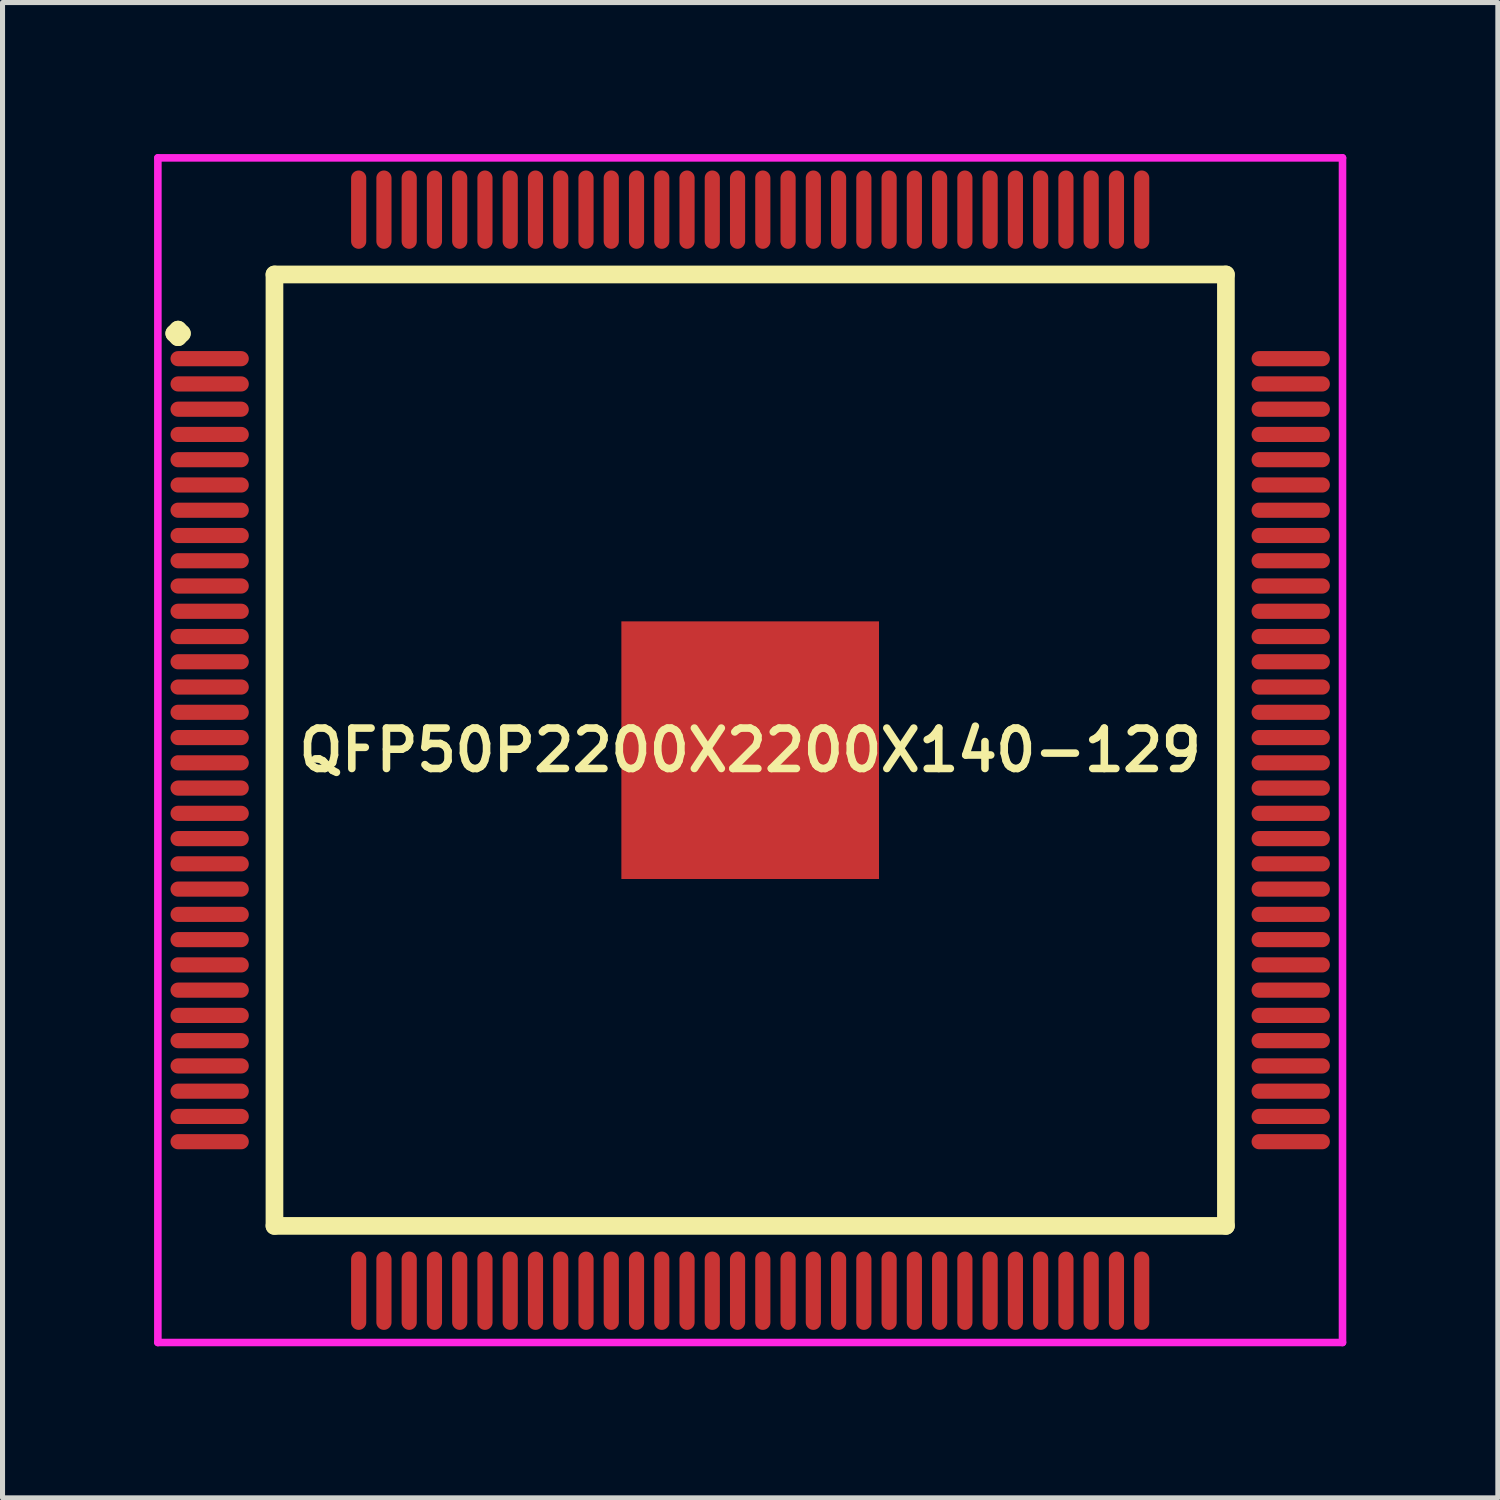
<source format=kicad_pcb>
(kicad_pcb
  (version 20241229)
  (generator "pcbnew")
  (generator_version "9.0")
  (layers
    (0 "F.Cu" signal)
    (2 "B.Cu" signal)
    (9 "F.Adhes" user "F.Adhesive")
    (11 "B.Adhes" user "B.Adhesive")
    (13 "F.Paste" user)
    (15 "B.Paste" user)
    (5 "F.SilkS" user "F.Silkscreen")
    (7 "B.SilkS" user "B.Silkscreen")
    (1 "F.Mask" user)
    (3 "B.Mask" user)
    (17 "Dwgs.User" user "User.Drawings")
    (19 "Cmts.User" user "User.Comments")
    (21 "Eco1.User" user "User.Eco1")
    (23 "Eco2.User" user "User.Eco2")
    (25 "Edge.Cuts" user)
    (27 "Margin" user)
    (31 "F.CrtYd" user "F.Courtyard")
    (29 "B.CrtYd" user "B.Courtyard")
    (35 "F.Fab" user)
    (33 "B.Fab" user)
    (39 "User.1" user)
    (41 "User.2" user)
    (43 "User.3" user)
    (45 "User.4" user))
  (footprint "QFP50P2200X2200X140-129"
    (layer "F.Cu")
    (at 11.8 11.8)
    (property "Reference" "QFP50P2200X2200X140-129" (at 0 0 0) (layer "F.SilkS") (effects (font (size 0.8 0.8) (thickness 0.15))))
    (attr smd)
    (fp_line (start -11.4 -8.25) (end -11.325 -8.325) (stroke (width 0.35) (type solid)) (layer "F.SilkS"))
    (fp_line (start -11.325 -8.325) (end -11.25 -8.25) (stroke (width 0.35) (type solid)) (layer "F.SilkS"))
    (fp_line (start -11.325 -8.175) (end -11.4 -8.25) (stroke (width 0.35) (type solid)) (layer "F.SilkS"))
    (fp_line (start -11.25 -8.25) (end -11.325 -8.175) (stroke (width 0.35) (type solid)) (layer "F.SilkS"))
    (fp_line (start -9.417 -9.417) (end -9.417 9.417) (stroke (width 0.35) (type solid)) (layer "F.SilkS"))
    (fp_line (start -9.417 9.417) (end 9.417 9.417) (stroke (width 0.35) (type solid)) (layer "F.SilkS"))
    (fp_line (start 9.417 -9.417) (end -9.417 -9.417) (stroke (width 0.35) (type solid)) (layer "F.SilkS"))
    (fp_line (start 9.417 9.417) (end 9.417 -9.417) (stroke (width 0.35) (type solid)) (layer "F.SilkS"))
    (fp_line (start -11.725 -11.725) (end 11.725 -11.725) (stroke (width 0.15) (type solid)) (layer "F.CrtYd"))
    (fp_line (start -11.725 11.725) (end -11.725 -11.725) (stroke (width 0.15) (type solid)) (layer "F.CrtYd"))
    (fp_line (start 11.725 -11.725) (end 11.725 11.725) (stroke (width 0.15) (type solid)) (layer "F.CrtYd"))
    (fp_line (start 11.725 11.725) (end -11.725 11.725) (stroke (width 0.15) (type solid)) (layer "F.CrtYd"))
    (pad "1" smd oval (at -10.7 -7.75) (size 1.55 0.3) (layers "F.Cu" "F.Mask" "F.Paste"))
    (pad "2" smd oval (at -10.7 -7.25) (size 1.55 0.3) (layers "F.Cu" "F.Mask" "F.Paste"))
    (pad "3" smd oval (at -10.7 -6.75) (size 1.55 0.3) (layers "F.Cu" "F.Mask" "F.Paste"))
    (pad "4" smd oval (at -10.7 -6.25) (size 1.55 0.3) (layers "F.Cu" "F.Mask" "F.Paste"))
    (pad "5" smd oval (at -10.7 -5.75) (size 1.55 0.3) (layers "F.Cu" "F.Mask" "F.Paste"))
    (pad "6" smd oval (at -10.7 -5.25) (size 1.55 0.3) (layers "F.Cu" "F.Mask" "F.Paste"))
    (pad "7" smd oval (at -10.7 -4.75) (size 1.55 0.3) (layers "F.Cu" "F.Mask" "F.Paste"))
    (pad "8" smd oval (at -10.7 -4.25) (size 1.55 0.3) (layers "F.Cu" "F.Mask" "F.Paste"))
    (pad "9" smd oval (at -10.7 -3.75) (size 1.55 0.3) (layers "F.Cu" "F.Mask" "F.Paste"))
    (pad "10" smd oval (at -10.7 -3.25) (size 1.55 0.3) (layers "F.Cu" "F.Mask" "F.Paste"))
    (pad "11" smd oval (at -10.7 -2.75) (size 1.55 0.3) (layers "F.Cu" "F.Mask" "F.Paste"))
    (pad "12" smd oval (at -10.7 -2.25) (size 1.55 0.3) (layers "F.Cu" "F.Mask" "F.Paste"))
    (pad "13" smd oval (at -10.7 -1.75) (size 1.55 0.3) (layers "F.Cu" "F.Mask" "F.Paste"))
    (pad "14" smd oval (at -10.7 -1.25) (size 1.55 0.3) (layers "F.Cu" "F.Mask" "F.Paste"))
    (pad "15" smd oval (at -10.7 -0.75) (size 1.55 0.3) (layers "F.Cu" "F.Mask" "F.Paste"))
    (pad "16" smd oval (at -10.7 -0.25) (size 1.55 0.3) (layers "F.Cu" "F.Mask" "F.Paste"))
    (pad "17" smd oval (at -10.7 0.25) (size 1.55 0.3) (layers "F.Cu" "F.Mask" "F.Paste"))
    (pad "18" smd oval (at -10.7 0.75) (size 1.55 0.3) (layers "F.Cu" "F.Mask" "F.Paste"))
    (pad "19" smd oval (at -10.7 1.25) (size 1.55 0.3) (layers "F.Cu" "F.Mask" "F.Paste"))
    (pad "20" smd oval (at -10.7 1.75) (size 1.55 0.3) (layers "F.Cu" "F.Mask" "F.Paste"))
    (pad "21" smd oval (at -10.7 2.25) (size 1.55 0.3) (layers "F.Cu" "F.Mask" "F.Paste"))
    (pad "22" smd oval (at -10.7 2.75) (size 1.55 0.3) (layers "F.Cu" "F.Mask" "F.Paste"))
    (pad "23" smd oval (at -10.7 3.25) (size 1.55 0.3) (layers "F.Cu" "F.Mask" "F.Paste"))
    (pad "24" smd oval (at -10.7 3.75) (size 1.55 0.3) (layers "F.Cu" "F.Mask" "F.Paste"))
    (pad "25" smd oval (at -10.7 4.25) (size 1.55 0.3) (layers "F.Cu" "F.Mask" "F.Paste"))
    (pad "26" smd oval (at -10.7 4.75) (size 1.55 0.3) (layers "F.Cu" "F.Mask" "F.Paste"))
    (pad "27" smd oval (at -10.7 5.25) (size 1.55 0.3) (layers "F.Cu" "F.Mask" "F.Paste"))
    (pad "28" smd oval (at -10.7 5.75) (size 1.55 0.3) (layers "F.Cu" "F.Mask" "F.Paste"))
    (pad "29" smd oval (at -10.7 6.25) (size 1.55 0.3) (layers "F.Cu" "F.Mask" "F.Paste"))
    (pad "30" smd oval (at -10.7 6.75) (size 1.55 0.3) (layers "F.Cu" "F.Mask" "F.Paste"))
    (pad "31" smd oval (at -10.7 7.25) (size 1.55 0.3) (layers "F.Cu" "F.Mask" "F.Paste"))
    (pad "32" smd oval (at -10.7 7.75) (size 1.55 0.3) (layers "F.Cu" "F.Mask" "F.Paste"))
    (pad "33" smd oval (at -7.75 10.7) (size 0.3 1.55) (layers "F.Cu" "F.Mask" "F.Paste"))
    (pad "34" smd oval (at -7.25 10.7) (size 0.3 1.55) (layers "F.Cu" "F.Mask" "F.Paste"))
    (pad "35" smd oval (at -6.75 10.7) (size 0.3 1.55) (layers "F.Cu" "F.Mask" "F.Paste"))
    (pad "36" smd oval (at -6.25 10.7) (size 0.3 1.55) (layers "F.Cu" "F.Mask" "F.Paste"))
    (pad "37" smd oval (at -5.75 10.7) (size 0.3 1.55) (layers "F.Cu" "F.Mask" "F.Paste"))
    (pad "38" smd oval (at -5.25 10.7) (size 0.3 1.55) (layers "F.Cu" "F.Mask" "F.Paste"))
    (pad "39" smd oval (at -4.75 10.7) (size 0.3 1.55) (layers "F.Cu" "F.Mask" "F.Paste"))
    (pad "40" smd oval (at -4.25 10.7) (size 0.3 1.55) (layers "F.Cu" "F.Mask" "F.Paste"))
    (pad "41" smd oval (at -3.75 10.7) (size 0.3 1.55) (layers "F.Cu" "F.Mask" "F.Paste"))
    (pad "42" smd oval (at -3.25 10.7) (size 0.3 1.55) (layers "F.Cu" "F.Mask" "F.Paste"))
    (pad "43" smd oval (at -2.75 10.7) (size 0.3 1.55) (layers "F.Cu" "F.Mask" "F.Paste"))
    (pad "44" smd oval (at -2.25 10.7) (size 0.3 1.55) (layers "F.Cu" "F.Mask" "F.Paste"))
    (pad "45" smd oval (at -1.75 10.7) (size 0.3 1.55) (layers "F.Cu" "F.Mask" "F.Paste"))
    (pad "46" smd oval (at -1.25 10.7) (size 0.3 1.55) (layers "F.Cu" "F.Mask" "F.Paste"))
    (pad "47" smd oval (at -0.75 10.7) (size 0.3 1.55) (layers "F.Cu" "F.Mask" "F.Paste"))
    (pad "48" smd oval (at -0.25 10.7) (size 0.3 1.55) (layers "F.Cu" "F.Mask" "F.Paste"))
    (pad "49" smd oval (at 0.25 10.7) (size 0.3 1.55) (layers "F.Cu" "F.Mask" "F.Paste"))
    (pad "50" smd oval (at 0.75 10.7) (size 0.3 1.55) (layers "F.Cu" "F.Mask" "F.Paste"))
    (pad "51" smd oval (at 1.25 10.7) (size 0.3 1.55) (layers "F.Cu" "F.Mask" "F.Paste"))
    (pad "52" smd oval (at 1.75 10.7) (size 0.3 1.55) (layers "F.Cu" "F.Mask" "F.Paste"))
    (pad "53" smd oval (at 2.25 10.7) (size 0.3 1.55) (layers "F.Cu" "F.Mask" "F.Paste"))
    (pad "54" smd oval (at 2.75 10.7) (size 0.3 1.55) (layers "F.Cu" "F.Mask" "F.Paste"))
    (pad "55" smd oval (at 3.25 10.7) (size 0.3 1.55) (layers "F.Cu" "F.Mask" "F.Paste"))
    (pad "56" smd oval (at 3.75 10.7) (size 0.3 1.55) (layers "F.Cu" "F.Mask" "F.Paste"))
    (pad "57" smd oval (at 4.25 10.7) (size 0.3 1.55) (layers "F.Cu" "F.Mask" "F.Paste"))
    (pad "58" smd oval (at 4.75 10.7) (size 0.3 1.55) (layers "F.Cu" "F.Mask" "F.Paste"))
    (pad "59" smd oval (at 5.25 10.7) (size 0.3 1.55) (layers "F.Cu" "F.Mask" "F.Paste"))
    (pad "60" smd oval (at 5.75 10.7) (size 0.3 1.55) (layers "F.Cu" "F.Mask" "F.Paste"))
    (pad "61" smd oval (at 6.25 10.7) (size 0.3 1.55) (layers "F.Cu" "F.Mask" "F.Paste"))
    (pad "62" smd oval (at 6.75 10.7) (size 0.3 1.55) (layers "F.Cu" "F.Mask" "F.Paste"))
    (pad "63" smd oval (at 7.25 10.7) (size 0.3 1.55) (layers "F.Cu" "F.Mask" "F.Paste"))
    (pad "64" smd oval (at 7.75 10.7) (size 0.3 1.55) (layers "F.Cu" "F.Mask" "F.Paste"))
    (pad "65" smd oval (at 10.7 7.75) (size 1.55 0.3) (layers "F.Cu" "F.Mask" "F.Paste"))
    (pad "66" smd oval (at 10.7 7.25) (size 1.55 0.3) (layers "F.Cu" "F.Mask" "F.Paste"))
    (pad "67" smd oval (at 10.7 6.75) (size 1.55 0.3) (layers "F.Cu" "F.Mask" "F.Paste"))
    (pad "68" smd oval (at 10.7 6.25) (size 1.55 0.3) (layers "F.Cu" "F.Mask" "F.Paste"))
    (pad "69" smd oval (at 10.7 5.75) (size 1.55 0.3) (layers "F.Cu" "F.Mask" "F.Paste"))
    (pad "70" smd oval (at 10.7 5.25) (size 1.55 0.3) (layers "F.Cu" "F.Mask" "F.Paste"))
    (pad "71" smd oval (at 10.7 4.75) (size 1.55 0.3) (layers "F.Cu" "F.Mask" "F.Paste"))
    (pad "72" smd oval (at 10.7 4.25) (size 1.55 0.3) (layers "F.Cu" "F.Mask" "F.Paste"))
    (pad "73" smd oval (at 10.7 3.75) (size 1.55 0.3) (layers "F.Cu" "F.Mask" "F.Paste"))
    (pad "74" smd oval (at 10.7 3.25) (size 1.55 0.3) (layers "F.Cu" "F.Mask" "F.Paste"))
    (pad "75" smd oval (at 10.7 2.75) (size 1.55 0.3) (layers "F.Cu" "F.Mask" "F.Paste"))
    (pad "76" smd oval (at 10.7 2.25) (size 1.55 0.3) (layers "F.Cu" "F.Mask" "F.Paste"))
    (pad "77" smd oval (at 10.7 1.75) (size 1.55 0.3) (layers "F.Cu" "F.Mask" "F.Paste"))
    (pad "78" smd oval (at 10.7 1.25) (size 1.55 0.3) (layers "F.Cu" "F.Mask" "F.Paste"))
    (pad "79" smd oval (at 10.7 0.75) (size 1.55 0.3) (layers "F.Cu" "F.Mask" "F.Paste"))
    (pad "80" smd oval (at 10.7 0.25) (size 1.55 0.3) (layers "F.Cu" "F.Mask" "F.Paste"))
    (pad "81" smd oval (at 10.7 -0.25) (size 1.55 0.3) (layers "F.Cu" "F.Mask" "F.Paste"))
    (pad "82" smd oval (at 10.7 -0.75) (size 1.55 0.3) (layers "F.Cu" "F.Mask" "F.Paste"))
    (pad "83" smd oval (at 10.7 -1.25) (size 1.55 0.3) (layers "F.Cu" "F.Mask" "F.Paste"))
    (pad "84" smd oval (at 10.7 -1.75) (size 1.55 0.3) (layers "F.Cu" "F.Mask" "F.Paste"))
    (pad "85" smd oval (at 10.7 -2.25) (size 1.55 0.3) (layers "F.Cu" "F.Mask" "F.Paste"))
    (pad "86" smd oval (at 10.7 -2.75) (size 1.55 0.3) (layers "F.Cu" "F.Mask" "F.Paste"))
    (pad "87" smd oval (at 10.7 -3.25) (size 1.55 0.3) (layers "F.Cu" "F.Mask" "F.Paste"))
    (pad "88" smd oval (at 10.7 -3.75) (size 1.55 0.3) (layers "F.Cu" "F.Mask" "F.Paste"))
    (pad "89" smd oval (at 10.7 -4.25) (size 1.55 0.3) (layers "F.Cu" "F.Mask" "F.Paste"))
    (pad "90" smd oval (at 10.7 -4.75) (size 1.55 0.3) (layers "F.Cu" "F.Mask" "F.Paste"))
    (pad "91" smd oval (at 10.7 -5.25) (size 1.55 0.3) (layers "F.Cu" "F.Mask" "F.Paste"))
    (pad "92" smd oval (at 10.7 -5.75) (size 1.55 0.3) (layers "F.Cu" "F.Mask" "F.Paste"))
    (pad "93" smd oval (at 10.7 -6.25) (size 1.55 0.3) (layers "F.Cu" "F.Mask" "F.Paste"))
    (pad "94" smd oval (at 10.7 -6.75) (size 1.55 0.3) (layers "F.Cu" "F.Mask" "F.Paste"))
    (pad "95" smd oval (at 10.7 -7.25) (size 1.55 0.3) (layers "F.Cu" "F.Mask" "F.Paste"))
    (pad "96" smd oval (at 10.7 -7.75) (size 1.55 0.3) (layers "F.Cu" "F.Mask" "F.Paste"))
    (pad "97" smd oval (at 7.75 -10.7) (size 0.3 1.55) (layers "F.Cu" "F.Mask" "F.Paste"))
    (pad "98" smd oval (at 7.25 -10.7) (size 0.3 1.55) (layers "F.Cu" "F.Mask" "F.Paste"))
    (pad "99" smd oval (at 6.75 -10.7) (size 0.3 1.55) (layers "F.Cu" "F.Mask" "F.Paste"))
    (pad "100" smd oval (at 6.25 -10.7) (size 0.3 1.55) (layers "F.Cu" "F.Mask" "F.Paste"))
    (pad "101" smd oval (at 5.75 -10.7) (size 0.3 1.55) (layers "F.Cu" "F.Mask" "F.Paste"))
    (pad "102" smd oval (at 5.25 -10.7) (size 0.3 1.55) (layers "F.Cu" "F.Mask" "F.Paste"))
    (pad "103" smd oval (at 4.75 -10.7) (size 0.3 1.55) (layers "F.Cu" "F.Mask" "F.Paste"))
    (pad "104" smd oval (at 4.25 -10.7) (size 0.3 1.55) (layers "F.Cu" "F.Mask" "F.Paste"))
    (pad "105" smd oval (at 3.75 -10.7) (size 0.3 1.55) (layers "F.Cu" "F.Mask" "F.Paste"))
    (pad "106" smd oval (at 3.25 -10.7) (size 0.3 1.55) (layers "F.Cu" "F.Mask" "F.Paste"))
    (pad "107" smd oval (at 2.75 -10.7) (size 0.3 1.55) (layers "F.Cu" "F.Mask" "F.Paste"))
    (pad "108" smd oval (at 2.25 -10.7) (size 0.3 1.55) (layers "F.Cu" "F.Mask" "F.Paste"))
    (pad "109" smd oval (at 1.75 -10.7) (size 0.3 1.55) (layers "F.Cu" "F.Mask" "F.Paste"))
    (pad "110" smd oval (at 1.25 -10.7) (size 0.3 1.55) (layers "F.Cu" "F.Mask" "F.Paste"))
    (pad "111" smd oval (at 0.75 -10.7) (size 0.3 1.55) (layers "F.Cu" "F.Mask" "F.Paste"))
    (pad "112" smd oval (at 0.25 -10.7) (size 0.3 1.55) (layers "F.Cu" "F.Mask" "F.Paste"))
    (pad "113" smd oval (at -0.25 -10.7) (size 0.3 1.55) (layers "F.Cu" "F.Mask" "F.Paste"))
    (pad "114" smd oval (at -0.75 -10.7) (size 0.3 1.55) (layers "F.Cu" "F.Mask" "F.Paste"))
    (pad "115" smd oval (at -1.25 -10.7) (size 0.3 1.55) (layers "F.Cu" "F.Mask" "F.Paste"))
    (pad "116" smd oval (at -1.75 -10.7) (size 0.3 1.55) (layers "F.Cu" "F.Mask" "F.Paste"))
    (pad "117" smd oval (at -2.25 -10.7) (size 0.3 1.55) (layers "F.Cu" "F.Mask" "F.Paste"))
    (pad "118" smd oval (at -2.75 -10.7) (size 0.3 1.55) (layers "F.Cu" "F.Mask" "F.Paste"))
    (pad "119" smd oval (at -3.25 -10.7) (size 0.3 1.55) (layers "F.Cu" "F.Mask" "F.Paste"))
    (pad "120" smd oval (at -3.75 -10.7) (size 0.3 1.55) (layers "F.Cu" "F.Mask" "F.Paste"))
    (pad "121" smd oval (at -4.25 -10.7) (size 0.3 1.55) (layers "F.Cu" "F.Mask" "F.Paste"))
    (pad "122" smd oval (at -4.75 -10.7) (size 0.3 1.55) (layers "F.Cu" "F.Mask" "F.Paste"))
    (pad "123" smd oval (at -5.25 -10.7) (size 0.3 1.55) (layers "F.Cu" "F.Mask" "F.Paste"))
    (pad "124" smd oval (at -5.75 -10.7) (size 0.3 1.55) (layers "F.Cu" "F.Mask" "F.Paste"))
    (pad "125" smd oval (at -6.25 -10.7) (size 0.3 1.55) (layers "F.Cu" "F.Mask" "F.Paste"))
    (pad "126" smd oval (at -6.75 -10.7) (size 0.3 1.55) (layers "F.Cu" "F.Mask" "F.Paste"))
    (pad "127" smd oval (at -7.25 -10.7) (size 0.3 1.55) (layers "F.Cu" "F.Mask" "F.Paste"))
    (pad "128" smd oval (at -7.75 -10.7) (size 0.3 1.55) (layers "F.Cu" "F.Mask" "F.Paste"))
    (pad "129" smd rect (at 0 0) (size 5.1 5.1) (layers "F.Cu" "F.Mask" "F.Paste")))
  (gr_rect
    (start -3 -3)
    (end 26.6 26.6)
    (stroke (width 0.1) (type default))
    (fill no)
    (layer "Edge.Cuts")))
</source>
